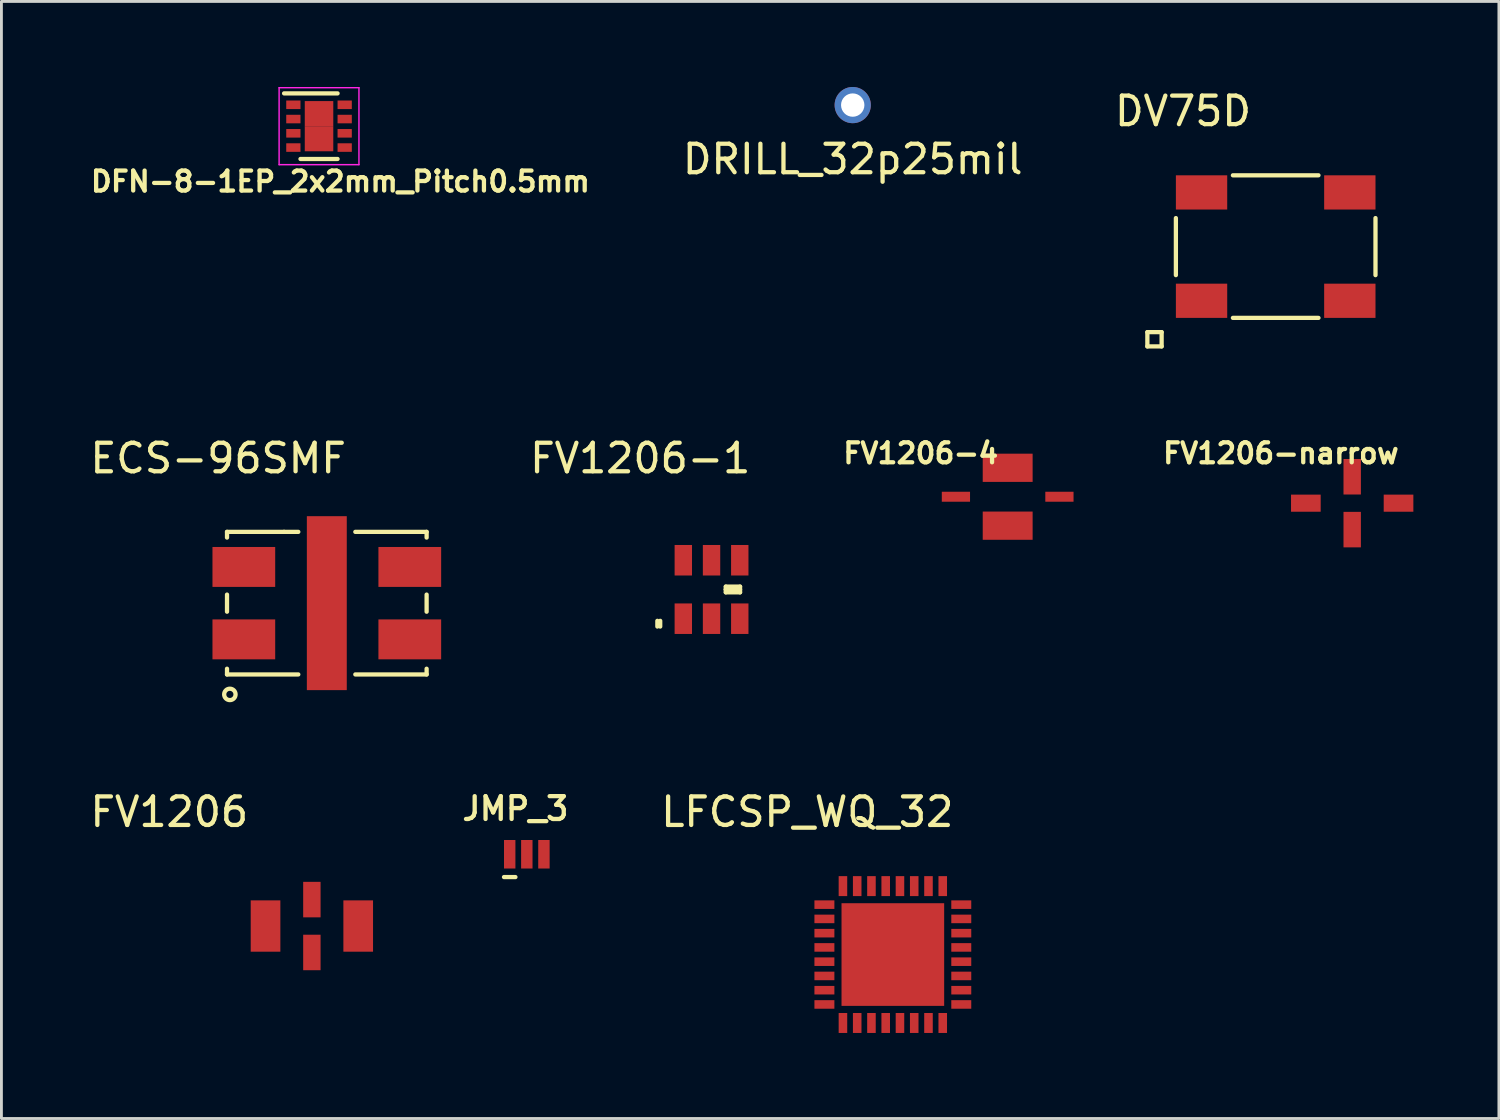
<source format=kicad_pcb>
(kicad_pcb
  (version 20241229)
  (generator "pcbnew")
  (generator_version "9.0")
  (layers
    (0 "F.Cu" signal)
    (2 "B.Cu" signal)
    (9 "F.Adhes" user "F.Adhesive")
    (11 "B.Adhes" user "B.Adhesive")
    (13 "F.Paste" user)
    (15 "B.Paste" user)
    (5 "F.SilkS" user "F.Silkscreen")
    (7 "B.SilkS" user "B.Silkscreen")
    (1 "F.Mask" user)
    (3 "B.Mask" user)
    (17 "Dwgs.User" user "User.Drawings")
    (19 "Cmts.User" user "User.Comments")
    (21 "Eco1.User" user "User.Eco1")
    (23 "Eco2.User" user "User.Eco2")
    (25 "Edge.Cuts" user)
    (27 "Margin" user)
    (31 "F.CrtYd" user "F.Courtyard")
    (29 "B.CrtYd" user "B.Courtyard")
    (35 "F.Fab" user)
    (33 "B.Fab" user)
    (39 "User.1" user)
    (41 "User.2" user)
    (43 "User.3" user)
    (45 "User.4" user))
  (footprint "FV1206-1"
    (layer "F.Cu")
    (at 21.903 17.622)
    (property "Reference" "FV1206-1" (at -2.5 -4.6 0) (layer "F.SilkS") (effects (font (size 1 1) (thickness 0.15))))
    (attr through_hole)
    (fp_line (start -1.9 1.1) (end -1.9 1.3) (stroke (width 0.15) (type solid)) (layer "F.SilkS"))
    (fp_line (start -1.8 1.3) (end -1.8 1.1) (stroke (width 0.15) (type solid)) (layer "F.SilkS"))
    (fp_line (start 0.5 -0.1) (end 0.5 0) (stroke (width 0.15) (type solid)) (layer "F.SilkS"))
    (fp_line (start 0.5 0) (end 0.5 0.1) (stroke (width 0.15) (type solid)) (layer "F.SilkS"))
    (fp_line (start 0.5 0.1) (end 1 0.1) (stroke (width 0.15) (type solid)) (layer "F.SilkS"))
    (fp_line (start 1 -0.1) (end 0.5 -0.1) (stroke (width 0.15) (type solid)) (layer "F.SilkS"))
    (fp_line (start 1 0) (end 0.5 0) (stroke (width 0.15) (type solid)) (layer "F.SilkS"))
    (fp_line (start 1 0.1) (end 1 -0.1) (stroke (width 0.15) (type solid)) (layer "F.SilkS"))
    (pad "1" smd rect (at -0.99 1.025) (size 0.61 1.07) (layers "F.Cu" "F.Mask" "F.Paste"))
    (pad "2" smd rect (at -0.99 -1.025) (size 0.61 1.07) (layers "F.Cu" "F.Mask" "F.Paste"))
    (pad "2" smd rect (at 0 -1.025) (size 0.61 1.07) (layers "F.Cu" "F.Mask" "F.Paste"))
    (pad "2" smd rect (at 0 1.025) (size 0.61 1.07) (layers "F.Cu" "F.Mask" "F.Paste"))
    (pad "2" smd rect (at 0.99 -1.025) (size 0.61 1.07) (layers "F.Cu" "F.Mask" "F.Paste"))
    (pad "3" smd rect (at 0.99 1.025) (size 0.61 1.07) (layers "F.Cu" "F.Mask" "F.Paste")))
  (footprint "FV1206-narrow"
    (layer "F.Cu")
    (at 44.37 14.596)
    (property "Reference" "FV1206-narrow" (at -2.5 -1.75 0) (layer "F.SilkS") (effects (font (size 0.7 0.7) (thickness 0.15))))
    (attr through_hole)
    (pad "1" smd rect (at -1.625 0) (size 1.04 0.6) (layers "F.Cu" "F.Mask" "F.Paste"))
    (pad "2" smd rect (at 0 -0.927) (size 0.61 1.245) (layers "F.Cu" "F.Mask" "F.Paste"))
    (pad "2" smd rect (at 0 0.927) (size 0.61 1.245) (layers "F.Cu" "F.Mask" "F.Paste"))
    (pad "3" smd rect (at 1.625 0) (size 1.04 0.6) (layers "F.Cu" "F.Mask" "F.Paste")))
  (footprint "LFCSP_WQ_32"
    (layer "F.Cu")
    (at 28.261 30.425)
    (property "Reference" "LFCSP_WQ_32" (at -3 -5 0) (layer "F.SilkS") (effects (font (size 1 1) (thickness 0.15))))
    (attr through_hole)
    (pad "1" smd rect (at -2.4 -1.75) (size 0.7 0.3) (layers "F.Cu" "F.Mask" "F.Paste"))
    (pad "2" smd rect (at -2.4 -1.25) (size 0.7 0.3) (layers "F.Cu" "F.Mask" "F.Paste"))
    (pad "3" smd rect (at -2.4 -0.75) (size 0.7 0.3) (layers "F.Cu" "F.Mask" "F.Paste"))
    (pad "4" smd rect (at -2.4 -0.25) (size 0.7 0.3) (layers "F.Cu" "F.Mask" "F.Paste"))
    (pad "5" smd rect (at -2.4 0.25) (size 0.7 0.3) (layers "F.Cu" "F.Mask" "F.Paste"))
    (pad "6" smd rect (at -2.4 0.75) (size 0.7 0.3) (layers "F.Cu" "F.Mask" "F.Paste"))
    (pad "7" smd rect (at -2.4 1.25) (size 0.7 0.3) (layers "F.Cu" "F.Mask" "F.Paste"))
    (pad "8" smd rect (at -2.4 1.75) (size 0.7 0.3) (layers "F.Cu" "F.Mask" "F.Paste"))
    (pad "9" smd rect (at -1.75 2.4) (size 0.3 0.7) (layers "F.Cu" "F.Mask" "F.Paste"))
    (pad "10" smd rect (at -1.25 2.4) (size 0.3 0.7) (layers "F.Cu" "F.Mask" "F.Paste"))
    (pad "11" smd rect (at -0.75 2.4) (size 0.3 0.7) (layers "F.Cu" "F.Mask" "F.Paste"))
    (pad "12" smd rect (at -0.25 2.4) (size 0.3 0.7) (layers "F.Cu" "F.Mask" "F.Paste"))
    (pad "13" smd rect (at 0.25 2.4) (size 0.3 0.7) (layers "F.Cu" "F.Mask" "F.Paste"))
    (pad "14" smd rect (at 0.75 2.4) (size 0.3 0.7) (layers "F.Cu" "F.Mask" "F.Paste"))
    (pad "15" smd rect (at 1.25 2.4) (size 0.3 0.7) (layers "F.Cu" "F.Mask" "F.Paste"))
    (pad "16" smd rect (at 1.75 2.4) (size 0.3 0.7) (layers "F.Cu" "F.Mask" "F.Paste"))
    (pad "17" smd rect (at 2.4 1.75) (size 0.7 0.3) (layers "F.Cu" "F.Mask" "F.Paste"))
    (pad "18" smd rect (at 2.4 1.25) (size 0.7 0.3) (layers "F.Cu" "F.Mask" "F.Paste"))
    (pad "19" smd rect (at 2.4 0.75) (size 0.7 0.3) (layers "F.Cu" "F.Mask" "F.Paste"))
    (pad "20" smd rect (at 2.4 0.25) (size 0.7 0.3) (layers "F.Cu" "F.Mask" "F.Paste"))
    (pad "21" smd rect (at 2.4 -0.25) (size 0.7 0.3) (layers "F.Cu" "F.Mask" "F.Paste"))
    (pad "22" smd rect (at 2.4 -0.75) (size 0.7 0.3) (layers "F.Cu" "F.Mask" "F.Paste"))
    (pad "23" smd rect (at 2.4 -1.25) (size 0.7 0.3) (layers "F.Cu" "F.Mask" "F.Paste"))
    (pad "24" smd rect (at 2.4 -1.75) (size 0.7 0.3) (layers "F.Cu" "F.Mask" "F.Paste"))
    (pad "25" smd rect (at 1.75 -2.4) (size 0.3 0.7) (layers "F.Cu" "F.Mask" "F.Paste"))
    (pad "26" smd rect (at 1.25 -2.4) (size 0.3 0.7) (layers "F.Cu" "F.Mask" "F.Paste"))
    (pad "27" smd rect (at 0.75 -2.4) (size 0.3 0.7) (layers "F.Cu" "F.Mask" "F.Paste"))
    (pad "28" smd rect (at 0.25 -2.4) (size 0.3 0.7) (layers "F.Cu" "F.Mask" "F.Paste"))
    (pad "29" smd rect (at -0.25 -2.4) (size 0.3 0.7) (layers "F.Cu" "F.Mask" "F.Paste"))
    (pad "30" smd rect (at -0.75 -2.4) (size 0.3 0.7) (layers "F.Cu" "F.Mask" "F.Paste"))
    (pad "31" smd rect (at -1.25 -2.4) (size 0.3 0.7) (layers "F.Cu" "F.Mask" "F.Paste"))
    (pad "32" smd rect (at -1.75 -2.4) (size 0.3 0.7) (layers "F.Cu" "F.Mask" "F.Paste"))
    (pad "33" smd rect (at 0 0) (size 3.6 3.6) (layers "F.Cu" "F.Mask" "F.Paste")))
  (footprint "FV1206"
    (layer "F.Cu")
    (at 7.887 29.425)
    (property "Reference" "FV1206" (at -5 -4 0) (layer "F.SilkS") (effects (font (size 1 1) (thickness 0.15))))
    (attr through_hole)
    (pad "1" smd rect (at -1.625 0) (size 1.04 1.8) (layers "F.Cu" "F.Mask" "F.Paste"))
    (pad "2" smd rect (at 1.625 0) (size 1.04 1.8) (layers "F.Cu" "F.Mask" "F.Paste"))
    (pad "3" smd rect (at 0 -0.927) (size 0.61 1.245) (layers "F.Cu" "F.Mask" "F.Paste"))
    (pad "3" smd rect (at 0 0.927) (size 0.61 1.245) (layers "F.Cu" "F.Mask" "F.Paste")))
  (footprint "JMP_3"
    (layer "F.Cu")
    (at 15.425 26.908)
    (property "Reference" "JMP_3" (at -0.4 -1.6 0) (layer "F.SilkS") (effects (font (size 0.8 0.8) (thickness 0.15))))
    (attr through_hole)
    (fp_line (start -0.8 0.8) (end -0.4 0.8) (stroke (width 0.15) (type solid)) (layer "F.SilkS"))
    (pad "1" smd rect (at -0.6 0) (size 0.4 1) (layers "F.Cu" "F.Mask"))
    (pad "2" smd rect (at 0 0) (size 0.4 1) (layers "F.Cu" "F.Mask"))
    (pad "3" smd rect (at 0.6 0) (size 0.4 1) (layers "F.Cu" "F.Mask")))
  (footprint "DFN-8-1EP_2x2mm_Pitch0.5mm"
    (layer "F.Cu")
    (at 8.138 1.375)
    (property "Reference" "DFN-8-1EP_2x2mm_Pitch0.5mm" (at 0.75 1.94 0) (layer "F.SilkS") (effects (font (size 0.7 0.7) (thickness 0.15))))
    (attr smd)
    (fp_line (start -1.225 -1.15) (end 0.65 -1.15) (stroke (width 0.15) (type solid)) (layer "F.SilkS"))
    (fp_line (start -0.65 1.15) (end 0.65 1.15) (stroke (width 0.15) (type solid)) (layer "F.SilkS"))
    (fp_line (start -1.4 -1.35) (end -1.4 1.35) (stroke (width 0.05) (type solid)) (layer "F.CrtYd"))
    (fp_line (start -1.4 -1.35) (end 1.4 -1.35) (stroke (width 0.05) (type solid)) (layer "F.CrtYd"))
    (fp_line (start -1.4 1.35) (end 1.4 1.35) (stroke (width 0.05) (type solid)) (layer "F.CrtYd"))
    (fp_line (start 1.4 -1.35) (end 1.4 1.35) (stroke (width 0.05) (type solid)) (layer "F.CrtYd"))
    (pad "1" smd rect (at -0.9 -0.75) (size 0.5 0.3) (layers "F.Cu" "F.Mask" "F.Paste"))
    (pad "2" smd rect (at -0.9 -0.25) (size 0.5 0.3) (layers "F.Cu" "F.Mask" "F.Paste"))
    (pad "3" smd rect (at -0.9 0.25) (size 0.5 0.3) (layers "F.Cu" "F.Mask" "F.Paste"))
    (pad "4" smd rect (at -0.9 0.75) (size 0.5 0.3) (layers "F.Cu" "F.Mask" "F.Paste"))
    (pad "5" smd rect (at 0.9 0.75) (size 0.5 0.3) (layers "F.Cu" "F.Mask" "F.Paste"))
    (pad "6" smd rect (at 0.9 0.25) (size 0.5 0.3) (layers "F.Cu" "F.Mask" "F.Paste"))
    (pad "7" smd rect (at 0.9 -0.25) (size 0.5 0.3) (layers "F.Cu" "F.Mask" "F.Paste"))
    (pad "8" smd rect (at 0.9 -0.75) (size 0.5 0.3) (layers "F.Cu" "F.Mask" "F.Paste"))
    (pad "9" smd rect (at 0 -0.44) (size 1 0.88) (layers "F.Cu" "F.Mask" "F.Paste"))
    (pad "9" smd rect (at 0 0.44) (size 1 0.88) (layers "F.Cu" "F.Mask" "F.Paste")))
  (footprint "DV75D"
    (layer "F.Cu")
    (at 41.687 5.598)
    (property "Reference" "DV75D" (at -3.25 -4.75 0) (layer "F.SilkS") (effects (font (size 1 1) (thickness 0.15))))
    (attr through_hole)
    (fp_line (start -4.5 3) (end -4 3) (stroke (width 0.15) (type solid)) (layer "F.SilkS"))
    (fp_line (start -4.5 3.5) (end -4.5 3) (stroke (width 0.15) (type solid)) (layer "F.SilkS"))
    (fp_line (start -4 3) (end -4 3.5) (stroke (width 0.15) (type solid)) (layer "F.SilkS"))
    (fp_line (start -4 3.5) (end -4.5 3.5) (stroke (width 0.15) (type solid)) (layer "F.SilkS"))
    (fp_line (start -3.5 -1) (end -3.5 1) (stroke (width 0.15) (type solid)) (layer "F.SilkS"))
    (fp_line (start -1.5 2.5) (end 1.5 2.5) (stroke (width 0.15) (type solid)) (layer "F.SilkS"))
    (fp_line (start 1.5 -2.5) (end -1.5 -2.5) (stroke (width 0.15) (type solid)) (layer "F.SilkS"))
    (fp_line (start 3.5 1) (end 3.5 -1) (stroke (width 0.15) (type solid)) (layer "F.SilkS"))
    (pad "1" smd rect (at -2.6 1.9) (size 1.8 1.2) (layers "F.Cu" "F.Mask" "F.Paste"))
    (pad "2" smd rect (at 2.6 1.9) (size 1.8 1.2) (layers "F.Cu" "F.Mask" "F.Paste"))
    (pad "3" smd rect (at 2.6 -1.9) (size 1.8 1.2) (layers "F.Cu" "F.Mask" "F.Paste"))
    (pad "4" smd rect (at -2.6 -1.9) (size 1.8 1.2) (layers "F.Cu" "F.Mask" "F.Paste")))
  (footprint "DRILL_32p25mil"
    (layer "F.Cu")
    (at 26.854 0.635)
    (property "Reference" "DRILL_32p25mil" (at 0 1.9 0) (layer "F.SilkS") (effects (font (size 1 1) (thickness 0.15))))
    (attr through_hole)
    (pad "1" thru_hole circle (at 0 0) (size 1.27 1.27) (drill 0.819) (layers "*.Cu" "*.Mask")))
  (footprint "FV1206-4"
    (layer "F.Cu")
    (at 32.288 14.37)
    (property "Reference" "FV1206-4" (at -3.048 -1.524 0) (layer "F.SilkS") (effects (font (size 0.7 0.7) (thickness 0.15))))
    (attr through_hole)
    (pad "1" smd rect (at -1.815 0) (size 0.99 0.35) (layers "F.Cu" "F.Mask" "F.Paste"))
    (pad "2" smd rect (at 0 -1.015) (size 1.75 0.99) (layers "F.Cu" "F.Mask" "F.Paste"))
    (pad "2" smd rect (at 0 1.015) (size 1.75 0.99) (layers "F.Cu" "F.Mask" "F.Paste"))
    (pad "3" smd rect (at 1.815 0) (size 0.99 0.35) (layers "F.Cu" "F.Mask" "F.Paste")))
  (footprint "ECS-96SMF"
    (layer "F.Cu")
    (at 8.411 18.102)
    (property "Reference" "ECS-96SMF" (at -3.81 -5.08 0) (layer "F.SilkS") (effects (font (size 1 1) (thickness 0.15))))
    (attr through_hole)
    (fp_line (start -3.5 -2.5) (end -3.5 -2.3) (stroke (width 0.15) (type solid)) (layer "F.SilkS"))
    (fp_line (start -3.5 -2.5) (end -1.5 -2.5) (stroke (width 0.15) (type solid)) (layer "F.SilkS"))
    (fp_line (start -3.5 0.3) (end -3.5 -0.3) (stroke (width 0.15) (type solid)) (layer "F.SilkS"))
    (fp_line (start -3.5 2.5) (end -3.5 2.3) (stroke (width 0.15) (type solid)) (layer "F.SilkS"))
    (fp_line (start -1.5 -2.5) (end -1 -2.5) (stroke (width 0.15) (type solid)) (layer "F.SilkS"))
    (fp_line (start -1 2.5) (end -3.5 2.5) (stroke (width 0.15) (type solid)) (layer "F.SilkS"))
    (fp_line (start 1 -2.5) (end 3.5 -2.5) (stroke (width 0.15) (type solid)) (layer "F.SilkS"))
    (fp_line (start 3.5 -2.5) (end 3.5 -2.3) (stroke (width 0.15) (type solid)) (layer "F.SilkS"))
    (fp_line (start 3.5 -0.3) (end 3.5 0.3) (stroke (width 0.15) (type solid)) (layer "F.SilkS"))
    (fp_line (start 3.5 2.5) (end 1 2.5) (stroke (width 0.15) (type solid)) (layer "F.SilkS"))
    (fp_line (start 3.5 2.5) (end 3.5 2.3) (stroke (width 0.15) (type solid)) (layer "F.SilkS"))
    (fp_circle (center -3.4 3.2) (end -3.6 3.2) (stroke (width 0.15) (type solid)) (fill no) (layer "F.SilkS"))
    (pad "1" smd rect (at -2.91 -1.27) (size 2.2 1.4) (layers "F.Cu" "F.Mask" "F.Paste"))
    (pad "2" smd rect (at -2.91 1.27) (size 2.2 1.4) (layers "F.Cu" "F.Mask" "F.Paste"))
    (pad "2" smd rect (at 0 0) (size 1.4 6.1) (layers "F.Cu" "F.Mask" "F.Paste"))
    (pad "2" smd rect (at 2.91 -1.27) (size 2.2 1.4) (layers "F.Cu" "F.Mask" "F.Paste"))
    (pad "3" smd rect (at 2.91 1.27) (size 2.2 1.4) (layers "F.Cu" "F.Mask" "F.Paste")))
  (gr_rect
    (start -3 -3)
    (end 49.515 36.175)
    (stroke (width 0.1) (type default))
    (fill no)
    (layer "Edge.Cuts")))
</source>
